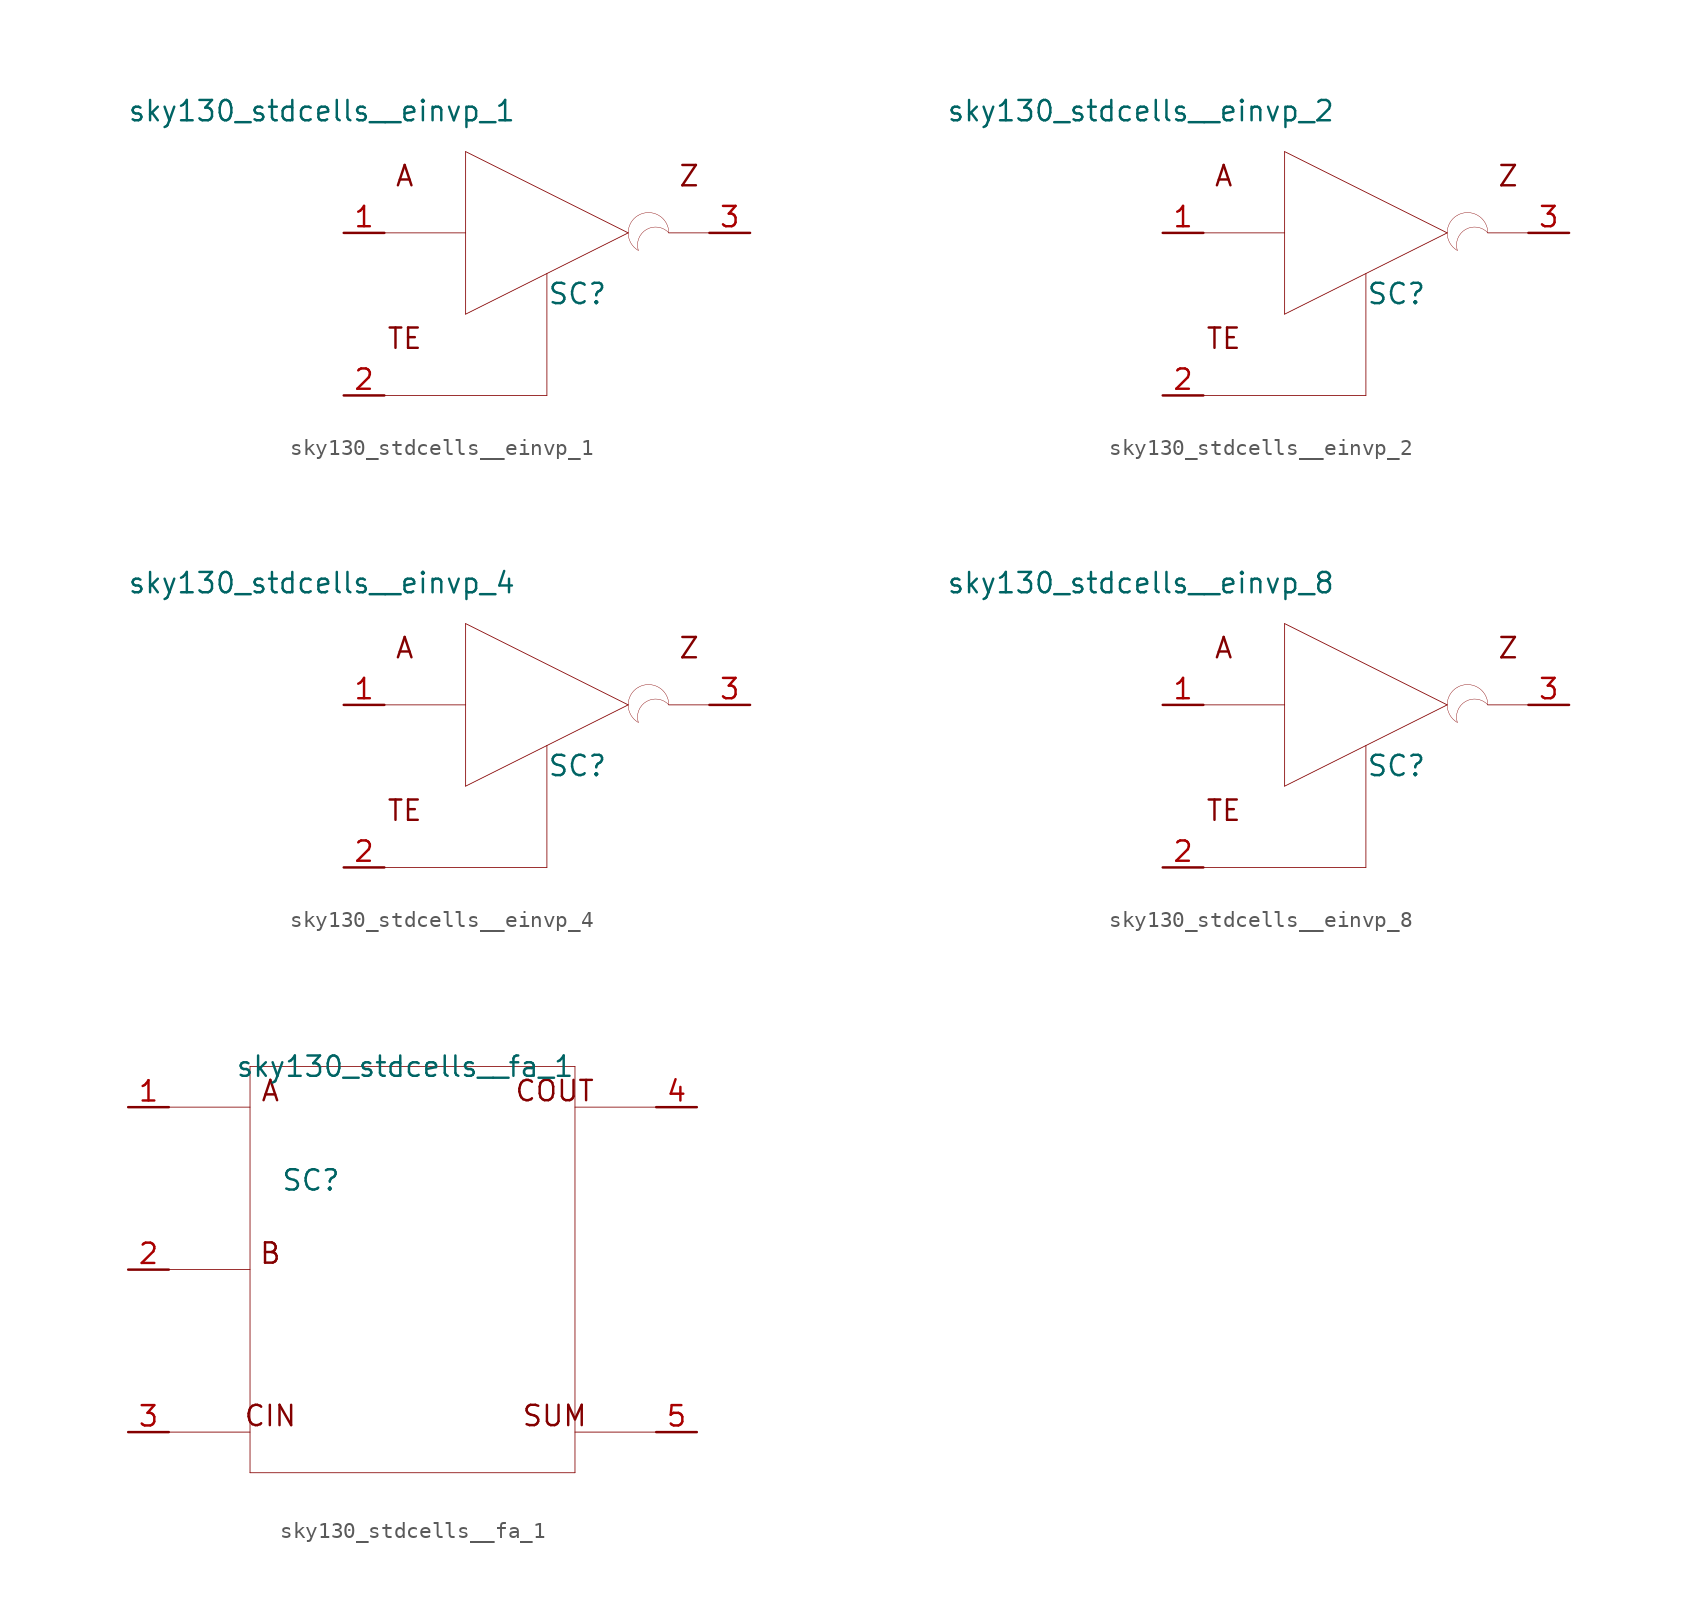
<source format=kicad_sym>
(kicad_symbol_lib
  (version 20211014)
  (generator kicad_symbol_editor)
  (symbol "sky130_stdcells__einvp_1"
    (pin_names hide)
    (property "Reference" "SC"
      (at 1.905 -3.81 0)
      (effects (font (size 1.27 1.27))))
    (property "Value" "sky130_stdcells__einvp_1"
      (at -1.905 7.62 0)
      (effects (font (size 1.27 1.27)) (justify right)))
    (symbol "sky130_stdcells__einvp_1_0_0"
      (polyline (pts (xy -10.16 -10.16) (xy 0 -10.16)) (stroke (width 0.051) (type default) (color 0 0 0 0)) (fill (type none)))
      (polyline (pts (xy -10.16 0) (xy -5.08 0)) (stroke (width 0.051) (type default) (color 0 0 0 0)) (fill (type none)))
      (polyline (pts (xy -5.08 -5.08) (xy 5.08 0)) (stroke (width 0.051) (type default) (color 0 0 0 0)) (fill (type none)))
      (polyline (pts (xy -5.08 5.08) (xy -5.08 -5.08)) (stroke (width 0.051) (type default) (color 0 0 0 0)) (fill (type none)))
      (polyline (pts (xy -5.08 5.08) (xy 5.08 0)) (stroke (width 0.051) (type default) (color 0 0 0 0)) (fill (type none)))
      (polyline (pts (xy 0 -2.54) (xy 0 -10.16)) (stroke (width 0.051) (type default) (color 0 0 0 0)) (fill (type none)))
      (polyline (pts (xy 7.62 0) (xy 10.16 0)) (stroke (width 0.051) (type default) (color 0 0 0 0)) (fill (type none)))
      (arc (start 5.715 1.0999) (mid 5.08 0) (end 5.715 -1.0999) (stroke (width 0.0254) (type default) (color 0 0 0 0)) (fill (type none)))
      (arc (start 7.62 0) (mid 5.7631 0.4743) (end 5.715 -1.0999) (stroke (width 0.0254) (type default) (color 0 0 0 0)) (fill (type none)))
      (arc (start 7.62 0) (mid 6.985 1.0998) (end 5.715 1.0999) (stroke (width 0.0254) (type default) (color 0 0 0 0)) (fill (type none)))
      (text "A" (at -8.89 3.556 0) (effects (font (size 1.27 1.27))))
      (text "TE" (at -8.89 -6.604 0) (effects (font (size 1.27 1.27))))
      (text "Z" (at 8.89 3.556 0) (effects (font (size 1.27 1.27)))))
    (symbol "sky130_stdcells__einvp_1_1_1"
      (pin input line (at -12.7 0 0) (length 2.54) (name "A" (effects (font (size 1.092 1.092)))) (number "1" (effects (font (size 1.27 1.27)))))
      (pin input line (at -12.7 -10.16 0) (length 2.54) (name "TE" (effects (font (size 1.092 1.092)))) (number "2" (effects (font (size 1.27 1.27)))))
      (pin output line (at 12.7 0 180) (length 2.54) (name "Z" (effects (font (size 1.092 1.092)))) (number "3" (effects (font (size 1.27 1.27)))))))
  (symbol "sky130_stdcells__einvp_2"
    (pin_names hide)
    (property "Reference" "SC"
      (at 1.905 -3.81 0)
      (effects (font (size 1.27 1.27))))
    (property "Value" "sky130_stdcells__einvp_2"
      (at -1.905 7.62 0)
      (effects (font (size 1.27 1.27)) (justify right)))
    (symbol "sky130_stdcells__einvp_2_0_0"
      (polyline (pts (xy -10.16 -10.16) (xy 0 -10.16)) (stroke (width 0.051) (type default) (color 0 0 0 0)) (fill (type none)))
      (polyline (pts (xy -10.16 0) (xy -5.08 0)) (stroke (width 0.051) (type default) (color 0 0 0 0)) (fill (type none)))
      (polyline (pts (xy -5.08 -5.08) (xy 5.08 0)) (stroke (width 0.051) (type default) (color 0 0 0 0)) (fill (type none)))
      (polyline (pts (xy -5.08 5.08) (xy -5.08 -5.08)) (stroke (width 0.051) (type default) (color 0 0 0 0)) (fill (type none)))
      (polyline (pts (xy -5.08 5.08) (xy 5.08 0)) (stroke (width 0.051) (type default) (color 0 0 0 0)) (fill (type none)))
      (polyline (pts (xy 0 -2.54) (xy 0 -10.16)) (stroke (width 0.051) (type default) (color 0 0 0 0)) (fill (type none)))
      (polyline (pts (xy 7.62 0) (xy 10.16 0)) (stroke (width 0.051) (type default) (color 0 0 0 0)) (fill (type none)))
      (arc (start 5.715 1.0999) (mid 5.08 0) (end 5.715 -1.0999) (stroke (width 0.0254) (type default) (color 0 0 0 0)) (fill (type none)))
      (arc (start 7.62 0) (mid 5.7631 0.4743) (end 5.715 -1.0999) (stroke (width 0.0254) (type default) (color 0 0 0 0)) (fill (type none)))
      (arc (start 7.62 0) (mid 6.985 1.0998) (end 5.715 1.0999) (stroke (width 0.0254) (type default) (color 0 0 0 0)) (fill (type none)))
      (text "A" (at -8.89 3.556 0) (effects (font (size 1.27 1.27))))
      (text "TE" (at -8.89 -6.604 0) (effects (font (size 1.27 1.27))))
      (text "Z" (at 8.89 3.556 0) (effects (font (size 1.27 1.27)))))
    (symbol "sky130_stdcells__einvp_2_1_1"
      (pin input line (at -12.7 0 0) (length 2.54) (name "A" (effects (font (size 1.092 1.092)))) (number "1" (effects (font (size 1.27 1.27)))))
      (pin input line (at -12.7 -10.16 0) (length 2.54) (name "TE" (effects (font (size 1.092 1.092)))) (number "2" (effects (font (size 1.27 1.27)))))
      (pin output line (at 12.7 0 180) (length 2.54) (name "Z" (effects (font (size 1.092 1.092)))) (number "3" (effects (font (size 1.27 1.27)))))))
  (symbol "sky130_stdcells__einvp_4"
    (pin_names hide)
    (property "Reference" "SC"
      (at 1.905 -3.81 0)
      (effects (font (size 1.27 1.27))))
    (property "Value" "sky130_stdcells__einvp_4"
      (at -1.905 7.62 0)
      (effects (font (size 1.27 1.27)) (justify right)))
    (symbol "sky130_stdcells__einvp_4_0_0"
      (polyline (pts (xy -10.16 -10.16) (xy 0 -10.16)) (stroke (width 0.051) (type default) (color 0 0 0 0)) (fill (type none)))
      (polyline (pts (xy -10.16 0) (xy -5.08 0)) (stroke (width 0.051) (type default) (color 0 0 0 0)) (fill (type none)))
      (polyline (pts (xy -5.08 -5.08) (xy 5.08 0)) (stroke (width 0.051) (type default) (color 0 0 0 0)) (fill (type none)))
      (polyline (pts (xy -5.08 5.08) (xy -5.08 -5.08)) (stroke (width 0.051) (type default) (color 0 0 0 0)) (fill (type none)))
      (polyline (pts (xy -5.08 5.08) (xy 5.08 0)) (stroke (width 0.051) (type default) (color 0 0 0 0)) (fill (type none)))
      (polyline (pts (xy 0 -2.54) (xy 0 -10.16)) (stroke (width 0.051) (type default) (color 0 0 0 0)) (fill (type none)))
      (polyline (pts (xy 7.62 0) (xy 10.16 0)) (stroke (width 0.051) (type default) (color 0 0 0 0)) (fill (type none)))
      (arc (start 5.715 1.0999) (mid 5.08 0) (end 5.715 -1.0999) (stroke (width 0.0254) (type default) (color 0 0 0 0)) (fill (type none)))
      (arc (start 7.62 0) (mid 5.7631 0.4743) (end 5.715 -1.0999) (stroke (width 0.0254) (type default) (color 0 0 0 0)) (fill (type none)))
      (arc (start 7.62 0) (mid 6.985 1.0998) (end 5.715 1.0999) (stroke (width 0.0254) (type default) (color 0 0 0 0)) (fill (type none)))
      (text "A" (at -8.89 3.556 0) (effects (font (size 1.27 1.27))))
      (text "TE" (at -8.89 -6.604 0) (effects (font (size 1.27 1.27))))
      (text "Z" (at 8.89 3.556 0) (effects (font (size 1.27 1.27)))))
    (symbol "sky130_stdcells__einvp_4_1_1"
      (pin input line (at -12.7 0 0) (length 2.54) (name "A" (effects (font (size 1.092 1.092)))) (number "1" (effects (font (size 1.27 1.27)))))
      (pin input line (at -12.7 -10.16 0) (length 2.54) (name "TE" (effects (font (size 1.092 1.092)))) (number "2" (effects (font (size 1.27 1.27)))))
      (pin output line (at 12.7 0 180) (length 2.54) (name "Z" (effects (font (size 1.092 1.092)))) (number "3" (effects (font (size 1.27 1.27)))))))
  (symbol "sky130_stdcells__einvp_8"
    (pin_names hide)
    (property "Reference" "SC"
      (at 1.905 -3.81 0)
      (effects (font (size 1.27 1.27))))
    (property "Value" "sky130_stdcells__einvp_8"
      (at -1.905 7.62 0)
      (effects (font (size 1.27 1.27)) (justify right)))
    (symbol "sky130_stdcells__einvp_8_0_0"
      (polyline (pts (xy -10.16 -10.16) (xy 0 -10.16)) (stroke (width 0.051) (type default) (color 0 0 0 0)) (fill (type none)))
      (polyline (pts (xy -10.16 0) (xy -5.08 0)) (stroke (width 0.051) (type default) (color 0 0 0 0)) (fill (type none)))
      (polyline (pts (xy -5.08 -5.08) (xy 5.08 0)) (stroke (width 0.051) (type default) (color 0 0 0 0)) (fill (type none)))
      (polyline (pts (xy -5.08 5.08) (xy -5.08 -5.08)) (stroke (width 0.051) (type default) (color 0 0 0 0)) (fill (type none)))
      (polyline (pts (xy -5.08 5.08) (xy 5.08 0)) (stroke (width 0.051) (type default) (color 0 0 0 0)) (fill (type none)))
      (polyline (pts (xy 0 -2.54) (xy 0 -10.16)) (stroke (width 0.051) (type default) (color 0 0 0 0)) (fill (type none)))
      (polyline (pts (xy 7.62 0) (xy 10.16 0)) (stroke (width 0.051) (type default) (color 0 0 0 0)) (fill (type none)))
      (arc (start 5.715 1.0999) (mid 5.08 0) (end 5.715 -1.0999) (stroke (width 0.0254) (type default) (color 0 0 0 0)) (fill (type none)))
      (arc (start 7.62 0) (mid 5.7631 0.4743) (end 5.715 -1.0999) (stroke (width 0.0254) (type default) (color 0 0 0 0)) (fill (type none)))
      (arc (start 7.62 0) (mid 6.985 1.0998) (end 5.715 1.0999) (stroke (width 0.0254) (type default) (color 0 0 0 0)) (fill (type none)))
      (text "A" (at -8.89 3.556 0) (effects (font (size 1.27 1.27))))
      (text "TE" (at -8.89 -6.604 0) (effects (font (size 1.27 1.27))))
      (text "Z" (at 8.89 3.556 0) (effects (font (size 1.27 1.27)))))
    (symbol "sky130_stdcells__einvp_8_1_1"
      (pin input line (at -12.7 0 0) (length 2.54) (name "A" (effects (font (size 1.092 1.092)))) (number "1" (effects (font (size 1.27 1.27)))))
      (pin input line (at -12.7 -10.16 0) (length 2.54) (name "TE" (effects (font (size 1.092 1.092)))) (number "2" (effects (font (size 1.27 1.27)))))
      (pin output line (at 12.7 0 180) (length 2.54) (name "Z" (effects (font (size 1.092 1.092)))) (number "3" (effects (font (size 1.27 1.27)))))))
  (symbol "sky130_stdcells__fa_1"
    (pin_names hide)
    (property "Reference" "SC"
      (at -6.35 5.588 0)
      (effects (font (size 1.27 1.27))))
    (property "Value" "sky130_stdcells__fa_1"
      (at 10.16 12.7 0)
      (effects (font (size 1.27 1.27)) (justify right)))
    (symbol "sky130_stdcells__fa_1_0_0"
      (polyline (pts (xy -15.24 -10.16) (xy -10.16 -10.16)) (stroke (width 0.051) (type default) (color 0 0 0 0)) (fill (type none)))
      (polyline (pts (xy -15.24 0) (xy -10.16 0)) (stroke (width 0.051) (type default) (color 0 0 0 0)) (fill (type none)))
      (polyline (pts (xy -15.24 10.16) (xy -10.16 10.16)) (stroke (width 0.051) (type default) (color 0 0 0 0)) (fill (type none)))
      (polyline (pts (xy -10.16 -12.7) (xy 10.16 -12.7)) (stroke (width 0.051) (type default) (color 0 0 0 0)) (fill (type none)))
      (polyline (pts (xy -10.16 12.7) (xy -10.16 -12.7)) (stroke (width 0.051) (type default) (color 0 0 0 0)) (fill (type none)))
      (polyline (pts (xy -10.16 12.7) (xy 10.16 12.7)) (stroke (width 0.051) (type default) (color 0 0 0 0)) (fill (type none)))
      (polyline (pts (xy 10.16 -10.16) (xy 15.24 -10.16)) (stroke (width 0.051) (type default) (color 0 0 0 0)) (fill (type none)))
      (polyline (pts (xy 10.16 10.16) (xy 15.24 10.16)) (stroke (width 0.051) (type default) (color 0 0 0 0)) (fill (type none)))
      (polyline (pts (xy 10.16 12.7) (xy 10.16 -12.7)) (stroke (width 0.051) (type default) (color 0 0 0 0)) (fill (type none)))
      (text "A" (at -8.89 11.176 0) (effects (font (size 1.27 1.27))))
      (text "B" (at -8.89 1.016 0) (effects (font (size 1.27 1.27))))
      (text "CIN" (at -8.89 -9.144 0) (effects (font (size 1.27 1.27))))
      (text "COUT" (at 8.89 11.176 0) (effects (font (size 1.27 1.27))))
      (text "SUM" (at 8.89 -9.144 0) (effects (font (size 1.27 1.27)))))
    (symbol "sky130_stdcells__fa_1_1_1"
      (pin input line (at -17.78 10.16 0) (length 2.54) (name "A" (effects (font (size 1.092 1.092)))) (number "1" (effects (font (size 1.27 1.27)))))
      (pin input line (at -17.78 0 0) (length 2.54) (name "B" (effects (font (size 1.092 1.092)))) (number "2" (effects (font (size 1.27 1.27)))))
      (pin input line (at -17.78 -10.16 0) (length 2.54) (name "CIN" (effects (font (size 1.092 1.092)))) (number "3" (effects (font (size 1.27 1.27)))))
      (pin output line (at 17.78 10.16 180) (length 2.54) (name "COUT" (effects (font (size 1.092 1.092)))) (number "4" (effects (font (size 1.27 1.27)))))
      (pin output line (at 17.78 -10.16 180) (length 2.54) (name "SUM" (effects (font (size 1.092 1.092)))) (number "5" (effects (font (size 1.27 1.27))))))))
</source>
